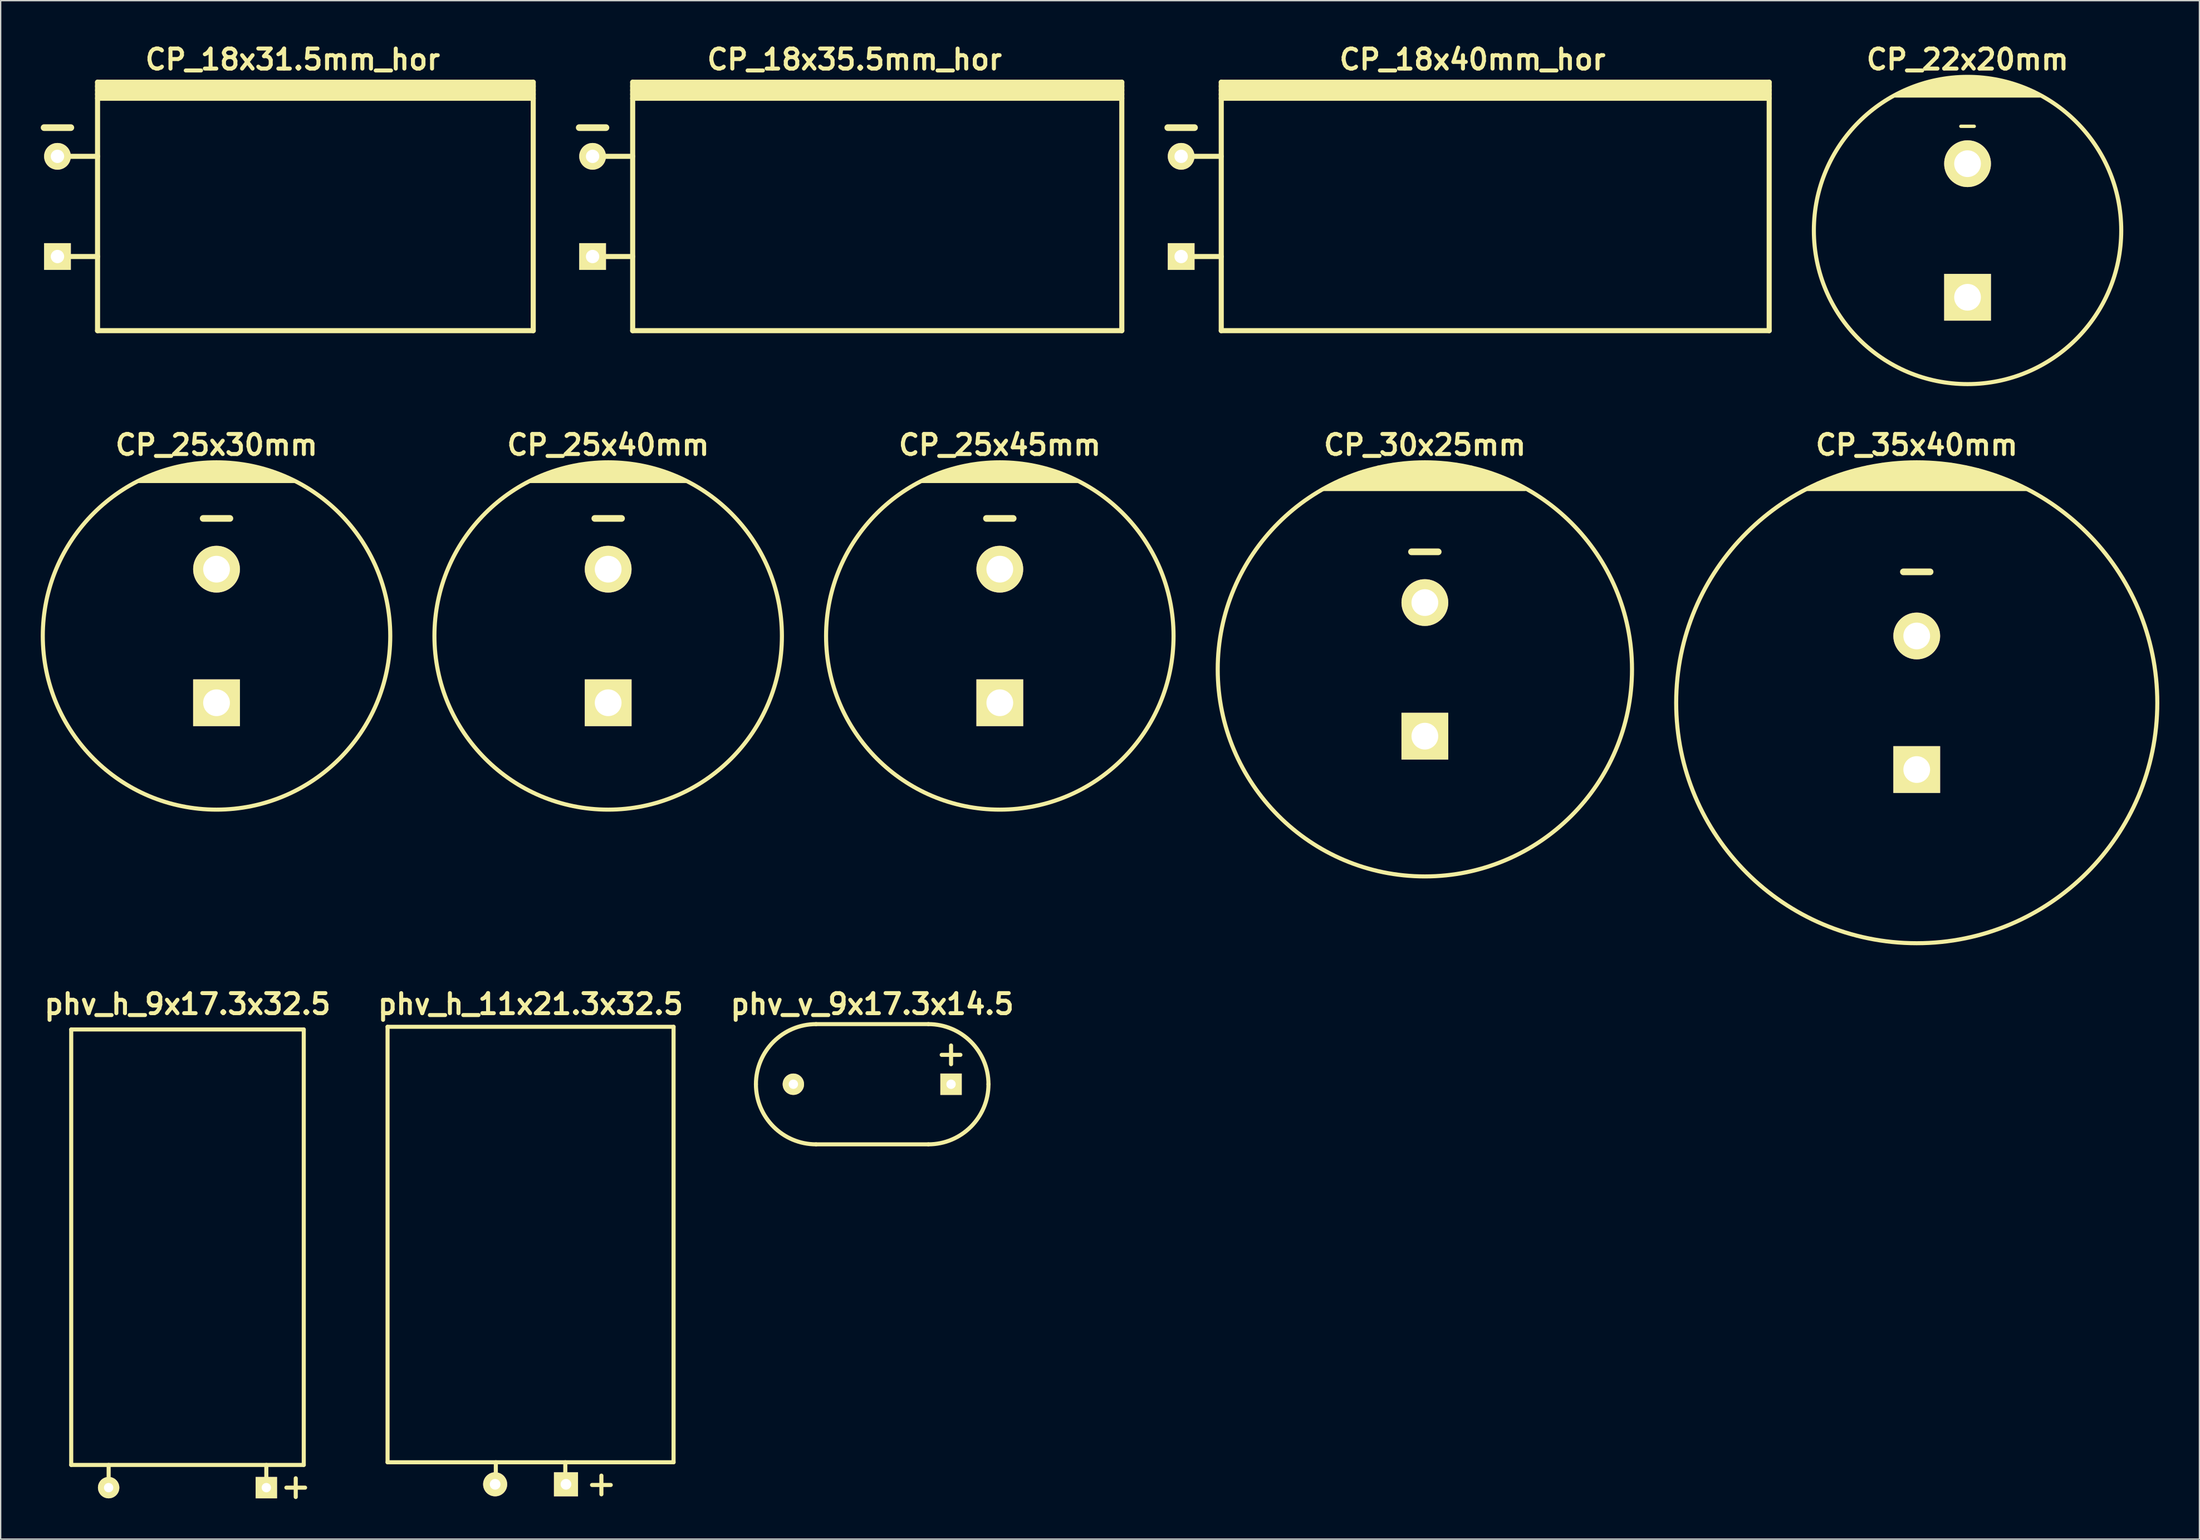
<source format=kicad_pcb>
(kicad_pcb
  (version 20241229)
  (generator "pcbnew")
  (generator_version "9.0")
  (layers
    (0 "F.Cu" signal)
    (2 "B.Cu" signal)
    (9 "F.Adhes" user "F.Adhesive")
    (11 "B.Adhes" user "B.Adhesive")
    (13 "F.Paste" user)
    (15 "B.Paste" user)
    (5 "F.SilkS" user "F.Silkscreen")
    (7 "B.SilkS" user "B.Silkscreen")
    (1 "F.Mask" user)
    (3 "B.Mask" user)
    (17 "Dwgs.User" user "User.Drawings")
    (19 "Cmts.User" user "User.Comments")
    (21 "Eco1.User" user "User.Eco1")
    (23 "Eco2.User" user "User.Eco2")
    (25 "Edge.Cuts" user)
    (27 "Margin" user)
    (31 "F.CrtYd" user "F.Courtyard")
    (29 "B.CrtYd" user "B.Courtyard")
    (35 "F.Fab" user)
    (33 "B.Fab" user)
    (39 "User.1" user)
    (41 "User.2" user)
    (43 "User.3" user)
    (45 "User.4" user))
  (footprint "CP_25x40mm"
    (layer "F.Cu")
    (at 42.457 44.56)
    (property "Reference" "CP_25x40mm" (at 0 -14.3 0) (layer "F.SilkS") (effects (font (size 1.5 1.5) (thickness 0.3))))
    (attr through_hole)
    (fp_line (start -5.8 -11.6) (end 5.8 -11.6) (stroke (width 0.305) (type solid)) (layer "F.SilkS"))
    (fp_line (start -4.9 -12) (end 4.9 -12) (stroke (width 0.305) (type solid)) (layer "F.SilkS"))
    (fp_line (start -3.8 -12.4) (end 3.8 -12.4) (stroke (width 0.305) (type solid)) (layer "F.SilkS"))
    (fp_line (start -2.2 -12.8) (end 2.1 -12.8) (stroke (width 0.305) (type solid)) (layer "F.SilkS"))
    (fp_line (start -1 -8.8) (end 1 -8.8) (stroke (width 0.5) (type solid)) (layer "F.SilkS"))
    (fp_line (start 3 -12.6) (end -3.1 -12.6) (stroke (width 0.305) (type solid)) (layer "F.SilkS"))
    (fp_line (start 4.4 -12.2) (end -4.4 -12.2) (stroke (width 0.305) (type solid)) (layer "F.SilkS"))
    (fp_line (start 5.4 -11.8) (end -5.3 -11.8) (stroke (width 0.305) (type solid)) (layer "F.SilkS"))
    (fp_circle (center 0 0) (end -13 0) (stroke (width 0.305) (type solid)) (fill no) (layer "F.SilkS"))
    (pad "1" thru_hole rect (at 0 5) (size 3.5 3.5) (drill 2) (layers "*.Cu" "*.Mask" "F.SilkS"))
    (pad "2" thru_hole circle (at 0 -5) (size 3.5 3.5) (drill 2) (layers "*.Cu" "*.Mask" "F.SilkS")))
  (footprint "CP_25x45mm"
    (layer "F.Cu")
    (at 71.762 44.56)
    (property "Reference" "CP_25x45mm" (at 0 -14.3 0) (layer "F.SilkS") (effects (font (size 1.5 1.5) (thickness 0.3))))
    (attr through_hole)
    (fp_line (start -5.8 -11.6) (end 5.8 -11.6) (stroke (width 0.305) (type solid)) (layer "F.SilkS"))
    (fp_line (start -4.9 -12) (end 4.9 -12) (stroke (width 0.305) (type solid)) (layer "F.SilkS"))
    (fp_line (start -3.8 -12.4) (end 3.8 -12.4) (stroke (width 0.305) (type solid)) (layer "F.SilkS"))
    (fp_line (start -2.2 -12.8) (end 2.1 -12.8) (stroke (width 0.305) (type solid)) (layer "F.SilkS"))
    (fp_line (start -1 -8.8) (end 1 -8.8) (stroke (width 0.5) (type solid)) (layer "F.SilkS"))
    (fp_line (start 3 -12.6) (end -3.1 -12.6) (stroke (width 0.305) (type solid)) (layer "F.SilkS"))
    (fp_line (start 4.4 -12.2) (end -4.4 -12.2) (stroke (width 0.305) (type solid)) (layer "F.SilkS"))
    (fp_line (start 5.4 -11.8) (end -5.3 -11.8) (stroke (width 0.305) (type solid)) (layer "F.SilkS"))
    (fp_circle (center 0 0) (end -13 0) (stroke (width 0.305) (type solid)) (fill no) (layer "F.SilkS"))
    (pad "1" thru_hole rect (at 0 5) (size 3.5 3.5) (drill 2) (layers "*.Cu" "*.Mask" "F.SilkS"))
    (pad "2" thru_hole circle (at 0 -5) (size 3.5 3.5) (drill 2) (layers "*.Cu" "*.Mask" "F.SilkS")))
  (footprint "phv_h_9x17.3x32.5"
    (layer "F.Cu")
    (at 10.979 91.317)
    (property "Reference" "phv_h_9x17.3x32.5" (at 0 -19.2 0) (layer "F.SilkS") (effects (font (size 1.5 1.5) (thickness 0.3))))
    (attr through_hole)
    (fp_line (start -8.7 -17.3) (end -8.7 15.3) (stroke (width 0.305) (type solid)) (layer "F.SilkS"))
    (fp_line (start -8.7 -17.3) (end 8.7 -17.3) (stroke (width 0.305) (type solid)) (layer "F.SilkS"))
    (fp_line (start -8.7 15.3) (end 8.7 15.3) (stroke (width 0.305) (type solid)) (layer "F.SilkS"))
    (fp_line (start -5.9 17) (end -5.9 15.3) (stroke (width 0.305) (type solid)) (layer "F.SilkS"))
    (fp_line (start 5.9 17) (end 5.9 15.3) (stroke (width 0.305) (type solid)) (layer "F.SilkS"))
    (fp_line (start 7.4 17) (end 8.8 17) (stroke (width 0.305) (type solid)) (layer "F.SilkS"))
    (fp_line (start 8.1 17.7) (end 8.1 16.3) (stroke (width 0.305) (type solid)) (layer "F.SilkS"))
    (fp_line (start 8.7 -17.3) (end 8.7 15.3) (stroke (width 0.305) (type solid)) (layer "F.SilkS"))
    (pad "1" thru_hole rect (at 5.9 17) (size 1.6 1.6) (drill 0.7) (layers "*.Cu" "*.Mask" "F.SilkS"))
    (pad "2" thru_hole circle (at -5.9 17) (size 1.6 1.6) (drill 0.7) (layers "*.Cu" "*.Mask" "F.SilkS")))
  (footprint "CP_18x35.5mm_hor"
    (layer "F.Cu")
    (at 60.891 12.404)
    (property "Reference" "CP_18x35.5mm_hor" (at 0 -11 0) (layer "F.SilkS") (effects (font (size 1.5 1.5) (thickness 0.3))))
    (attr through_hole)
    (fp_line (start -20.6 -5.9) (end -18.6 -5.9) (stroke (width 0.5) (type solid)) (layer "F.SilkS"))
    (fp_line (start -19.6 -3.75) (end -16.6 -3.75) (stroke (width 0.381) (type solid)) (layer "F.SilkS"))
    (fp_line (start -19.6 3.75) (end -16.6 3.75) (stroke (width 0.381) (type solid)) (layer "F.SilkS"))
    (fp_line (start -16.6 -9) (end 20 -9) (stroke (width 0.381) (type solid)) (layer "F.SilkS"))
    (fp_line (start -16.6 -8.7) (end 20 -8.7) (stroke (width 0.381) (type solid)) (layer "F.SilkS"))
    (fp_line (start -16.6 -8.4) (end 20 -8.4) (stroke (width 0.381) (type solid)) (layer "F.SilkS"))
    (fp_line (start -16.6 -8.1) (end 20 -8.1) (stroke (width 0.381) (type solid)) (layer "F.SilkS"))
    (fp_line (start -16.6 9.3) (end -16.6 -9.3) (stroke (width 0.381) (type solid)) (layer "F.SilkS"))
    (fp_line (start 20 -9.3) (end -16.6 -9.3) (stroke (width 0.381) (type solid)) (layer "F.SilkS"))
    (fp_line (start 20 -9.3) (end 20 9.3) (stroke (width 0.381) (type solid)) (layer "F.SilkS"))
    (fp_line (start 20 9.3) (end -16.6 9.3) (stroke (width 0.381) (type solid)) (layer "F.SilkS"))
    (pad "1" thru_hole rect (at -19.6 3.75) (size 2 2) (drill 1) (layers "*.Cu" "*.Mask" "F.SilkS"))
    (pad "2" thru_hole circle (at -19.6 -3.75) (size 2 2) (drill 1) (layers "*.Cu" "*.Mask" "F.SilkS")))
  (footprint "CP_25x30mm"
    (layer "F.Cu")
    (at 13.152 44.56)
    (property "Reference" "CP_25x30mm" (at 0 -14.3 0) (layer "F.SilkS") (effects (font (size 1.5 1.5) (thickness 0.3))))
    (attr through_hole)
    (fp_line (start -5.8 -11.6) (end 5.8 -11.6) (stroke (width 0.305) (type solid)) (layer "F.SilkS"))
    (fp_line (start -4.9 -12) (end 4.9 -12) (stroke (width 0.305) (type solid)) (layer "F.SilkS"))
    (fp_line (start -3.8 -12.4) (end 3.8 -12.4) (stroke (width 0.305) (type solid)) (layer "F.SilkS"))
    (fp_line (start -2.2 -12.8) (end 2.1 -12.8) (stroke (width 0.305) (type solid)) (layer "F.SilkS"))
    (fp_line (start -1 -8.8) (end 1 -8.8) (stroke (width 0.5) (type solid)) (layer "F.SilkS"))
    (fp_line (start 3 -12.6) (end -3.1 -12.6) (stroke (width 0.305) (type solid)) (layer "F.SilkS"))
    (fp_line (start 4.4 -12.2) (end -4.4 -12.2) (stroke (width 0.305) (type solid)) (layer "F.SilkS"))
    (fp_line (start 5.4 -11.8) (end -5.3 -11.8) (stroke (width 0.305) (type solid)) (layer "F.SilkS"))
    (fp_circle (center 0 0) (end -13 0) (stroke (width 0.305) (type solid)) (fill no) (layer "F.SilkS"))
    (pad "1" thru_hole rect (at 0 5) (size 3.5 3.5) (drill 2) (layers "*.Cu" "*.Mask" "F.SilkS"))
    (pad "2" thru_hole circle (at 0 -5) (size 3.5 3.5) (drill 2) (layers "*.Cu" "*.Mask" "F.SilkS")))
  (footprint "CP_22x20mm"
    (layer "F.Cu")
    (at 144.174 14.204)
    (property "Reference" "CP_22x20mm" (at 0 -12.8 0) (layer "F.SilkS") (effects (font (size 1.5 1.5) (thickness 0.3))))
    (attr through_hole)
    (fp_line (start -5.4 -10.1) (end 5.4 -10.1) (stroke (width 0.305) (type solid)) (layer "F.SilkS"))
    (fp_line (start -4.5 -10.5) (end 4.5 -10.5) (stroke (width 0.305) (type solid)) (layer "F.SilkS"))
    (fp_line (start -3.5 -10.9) (end 3.5 -10.9) (stroke (width 0.305) (type solid)) (layer "F.SilkS"))
    (fp_line (start -2.9 -11.1) (end 2.9 -11.1) (stroke (width 0.305) (type solid)) (layer "F.SilkS"))
    (fp_line (start -2 -11.3) (end 2 -11.3) (stroke (width 0.305) (type solid)) (layer "F.SilkS"))
    (fp_line (start -0.5 -7.8) (end 0.5 -7.8) (stroke (width 0.254) (type solid)) (layer "F.SilkS"))
    (fp_line (start 4.1 -10.7) (end -4.1 -10.7) (stroke (width 0.305) (type solid)) (layer "F.SilkS"))
    (fp_line (start 5 -10.3) (end -5 -10.3) (stroke (width 0.305) (type solid)) (layer "F.SilkS"))
    (fp_circle (center 0 0) (end -11.5 0) (stroke (width 0.305) (type solid)) (fill no) (layer "F.SilkS"))
    (pad "1" thru_hole rect (at 0 5) (size 3.5 3.5) (drill 2) (layers "*.Cu" "*.Mask" "F.SilkS"))
    (pad "2" thru_hole circle (at 0 -5) (size 3.5 3.5) (drill 2) (layers "*.Cu" "*.Mask" "F.SilkS")))
  (footprint "CP_35x40mm"
    (layer "F.Cu")
    (at 140.372 49.56)
    (property "Reference" "CP_35x40mm" (at 0 -19.3 0) (layer "F.SilkS") (effects (font (size 1.5 1.5) (thickness 0.3))))
    (attr through_hole)
    (fp_line (start -8.2 -16) (end 8.2 -16) (stroke (width 0.305) (type solid)) (layer "F.SilkS"))
    (fp_line (start -7.8 -16.2) (end 7.8 -16.2) (stroke (width 0.305) (type solid)) (layer "F.SilkS"))
    (fp_line (start -7.4 -16.4) (end 7.4 -16.4) (stroke (width 0.305) (type solid)) (layer "F.SilkS"))
    (fp_line (start -6.9 -16.6) (end 6.9 -16.6) (stroke (width 0.305) (type solid)) (layer "F.SilkS"))
    (fp_line (start -6.4 -16.8) (end 6.4 -16.8) (stroke (width 0.305) (type solid)) (layer "F.SilkS"))
    (fp_line (start -5.9 -17) (end 5.9 -17) (stroke (width 0.305) (type solid)) (layer "F.SilkS"))
    (fp_line (start -5.2 -17.2) (end 5.2 -17.2) (stroke (width 0.305) (type solid)) (layer "F.SilkS"))
    (fp_line (start -4.6 -17.4) (end 4.6 -17.4) (stroke (width 0.305) (type solid)) (layer "F.SilkS"))
    (fp_line (start -3.7 -17.6) (end 3.7 -17.6) (stroke (width 0.305) (type solid)) (layer "F.SilkS"))
    (fp_line (start -2.6 -17.8) (end 2.6 -17.8) (stroke (width 0.305) (type solid)) (layer "F.SilkS"))
    (fp_line (start -1 -9.8) (end 1 -9.8) (stroke (width 0.5) (type solid)) (layer "F.SilkS"))
    (fp_circle (center 0 0) (end -18 0) (stroke (width 0.305) (type solid)) (fill no) (layer "F.SilkS"))
    (pad "1" thru_hole rect (at 0 5) (size 3.5 3.5) (drill 2) (layers "*.Cu" "*.Mask" "F.SilkS"))
    (pad "2" thru_hole circle (at 0 -5) (size 3.5 3.5) (drill 2) (layers "*.Cu" "*.Mask" "F.SilkS")))
  (footprint "phv_h_11x21.3x32.5"
    (layer "F.Cu")
    (at 36.65 91.117)
    (property "Reference" "phv_h_11x21.3x32.5" (at 0 -19 0) (layer "F.SilkS") (effects (font (size 1.5 1.5) (thickness 0.3))))
    (attr through_hole)
    (fp_line (start -10.7 -17.3) (end 10.7 -17.3) (stroke (width 0.305) (type solid)) (layer "F.SilkS"))
    (fp_line (start -10.7 15.3) (end -10.7 -17.3) (stroke (width 0.305) (type solid)) (layer "F.SilkS"))
    (fp_line (start -10.7 15.3) (end 10.7 15.3) (stroke (width 0.305) (type solid)) (layer "F.SilkS"))
    (fp_line (start -2.6 17) (end -2.6 15.3) (stroke (width 0.305) (type solid)) (layer "F.SilkS"))
    (fp_line (start 2.6 17) (end 2.6 15.3) (stroke (width 0.305) (type solid)) (layer "F.SilkS"))
    (fp_line (start 4.6 17) (end 6 17) (stroke (width 0.305) (type solid)) (layer "F.SilkS"))
    (fp_line (start 5.3 17.7) (end 5.3 16.3) (stroke (width 0.305) (type solid)) (layer "F.SilkS"))
    (fp_line (start 10.7 15.3) (end 10.7 -17.3) (stroke (width 0.305) (type solid)) (layer "F.SilkS"))
    (pad "1" thru_hole rect (at 2.65 16.95) (size 1.8 1.8) (drill 0.8) (layers "*.Cu" "*.Mask" "F.SilkS"))
    (pad "2" thru_hole circle (at -2.65 16.95) (size 1.8 1.8) (drill 0.8) (layers "*.Cu" "*.Mask" "F.SilkS")))
  (footprint "CP_18x40mm_hor"
    (layer "F.Cu")
    (at 107.131 12.404)
    (property "Reference" "CP_18x40mm_hor" (at 0 -11 0) (layer "F.SilkS") (effects (font (size 1.5 1.5) (thickness 0.3))))
    (attr through_hole)
    (fp_line (start -22.8 -5.9) (end -20.8 -5.9) (stroke (width 0.5) (type solid)) (layer "F.SilkS"))
    (fp_line (start -21.8 -3.75) (end -18.8 -3.75) (stroke (width 0.381) (type solid)) (layer "F.SilkS"))
    (fp_line (start -21.8 3.75) (end -18.8 3.75) (stroke (width 0.381) (type solid)) (layer "F.SilkS"))
    (fp_line (start -18.8 -9) (end 22.2 -9) (stroke (width 0.381) (type solid)) (layer "F.SilkS"))
    (fp_line (start -18.8 -8.7) (end 22.2 -8.7) (stroke (width 0.381) (type solid)) (layer "F.SilkS"))
    (fp_line (start -18.8 -8.4) (end 22.2 -8.4) (stroke (width 0.381) (type solid)) (layer "F.SilkS"))
    (fp_line (start -18.8 -8.1) (end 22.2 -8.1) (stroke (width 0.381) (type solid)) (layer "F.SilkS"))
    (fp_line (start -18.8 9.3) (end -18.8 -9.3) (stroke (width 0.381) (type solid)) (layer "F.SilkS"))
    (fp_line (start 22.2 -9.3) (end -18.8 -9.3) (stroke (width 0.381) (type solid)) (layer "F.SilkS"))
    (fp_line (start 22.2 -9.3) (end 22.2 9.3) (stroke (width 0.381) (type solid)) (layer "F.SilkS"))
    (fp_line (start 22.2 9.3) (end -18.8 9.3) (stroke (width 0.381) (type solid)) (layer "F.SilkS"))
    (pad "1" thru_hole rect (at -21.8 3.75) (size 2 2) (drill 1) (layers "*.Cu" "*.Mask" "F.SilkS"))
    (pad "2" thru_hole circle (at -21.8 -3.75) (size 2 2) (drill 1) (layers "*.Cu" "*.Mask" "F.SilkS")))
  (footprint "phv_v_9x17.3x14.5"
    (layer "F.Cu")
    (at 62.214 78.117)
    (property "Reference" "phv_v_9x17.3x14.5" (at 0 -6 0) (layer "F.SilkS") (effects (font (size 1.5 1.5) (thickness 0.3))))
    (attr through_hole)
    (fp_line (start -4.2 4.5) (end 4.2 4.5) (stroke (width 0.305) (type solid)) (layer "F.SilkS"))
    (fp_line (start 4.2 -4.5) (end -4.2 -4.5) (stroke (width 0.305) (type solid)) (layer "F.SilkS"))
    (fp_line (start 5.2 -2.2) (end 6.6 -2.2) (stroke (width 0.305) (type solid)) (layer "F.SilkS"))
    (fp_line (start 5.9 -1.5) (end 5.9 -2.9) (stroke (width 0.305) (type solid)) (layer "F.SilkS"))
    (fp_arc (start -8.7 0) (mid -7.381981 -3.181981) (end -4.2 -4.5) (stroke (width 0.3048) (type solid)) (layer "F.SilkS"))
    (fp_arc (start -4.2 4.5) (mid -7.381981 3.181981) (end -8.7 0) (stroke (width 0.3048) (type solid)) (layer "F.SilkS"))
    (fp_arc (start 4.2 -4.5) (mid 7.381981 -3.181981) (end 8.7 0) (stroke (width 0.3048) (type solid)) (layer "F.SilkS"))
    (fp_arc (start 8.7 0) (mid 7.381981 3.181981) (end 4.2 4.5) (stroke (width 0.3048) (type solid)) (layer "F.SilkS"))
    (pad "1" thru_hole rect (at 5.9 0) (size 1.6 1.6) (drill 0.7) (layers "*.Cu" "*.Mask" "F.SilkS"))
    (pad "2" thru_hole circle (at -5.9 0) (size 1.6 1.6) (drill 0.7) (layers "*.Cu" "*.Mask" "F.SilkS")))
  (footprint "CP_30x25mm"
    (layer "F.Cu")
    (at 103.567 47.06)
    (property "Reference" "CP_30x25mm" (at 0 -16.8 0) (layer "F.SilkS") (effects (font (size 1.5 1.5) (thickness 0.3))))
    (attr through_hole)
    (fp_line (start -7.6 -13.5) (end 7.5 -13.5) (stroke (width 0.305) (type solid)) (layer "F.SilkS"))
    (fp_line (start -6.8 -13.9) (end 6.8 -13.9) (stroke (width 0.305) (type solid)) (layer "F.SilkS"))
    (fp_line (start -6.4 -14.1) (end 6.4 -14.1) (stroke (width 0.305) (type solid)) (layer "F.SilkS"))
    (fp_line (start -5.4 -14.5) (end 5.4 -14.5) (stroke (width 0.305) (type solid)) (layer "F.SilkS"))
    (fp_line (start -4.9 -14.7) (end 4.9 -14.7) (stroke (width 0.305) (type solid)) (layer "F.SilkS"))
    (fp_line (start -4.2 -14.9) (end 4.2 -14.9) (stroke (width 0.305) (type solid)) (layer "F.SilkS"))
    (fp_line (start -3.5 -15.1) (end 3.5 -15.1) (stroke (width 0.305) (type solid)) (layer "F.SilkS"))
    (fp_line (start -2.4 -15.3) (end 2.4 -15.3) (stroke (width 0.305) (type solid)) (layer "F.SilkS"))
    (fp_line (start -1 -8.8) (end 1 -8.8) (stroke (width 0.5) (type solid)) (layer "F.SilkS"))
    (fp_line (start 5.9 -14.3) (end -5.9 -14.3) (stroke (width 0.305) (type solid)) (layer "F.SilkS"))
    (fp_line (start 7.2 -13.7) (end -7.2 -13.7) (stroke (width 0.305) (type solid)) (layer "F.SilkS"))
    (fp_circle (center 0 0) (end -15.5 0) (stroke (width 0.305) (type solid)) (fill no) (layer "F.SilkS"))
    (pad "1" thru_hole rect (at 0 5) (size 3.5 3.5) (drill 2) (layers "*.Cu" "*.Mask" "F.SilkS"))
    (pad "2" thru_hole circle (at 0 -5) (size 3.5 3.5) (drill 2) (layers "*.Cu" "*.Mask" "F.SilkS")))
  (footprint "CP_18x31.5mm_hor"
    (layer "F.Cu")
    (at 18.85 12.404)
    (property "Reference" "CP_18x31.5mm_hor" (at 0 -11 0) (layer "F.SilkS") (effects (font (size 1.5 1.5) (thickness 0.3))))
    (attr through_hole)
    (fp_line (start -18.6 -5.9) (end -16.6 -5.9) (stroke (width 0.5) (type solid)) (layer "F.SilkS"))
    (fp_line (start -17.6 -3.75) (end -14.6 -3.75) (stroke (width 0.381) (type solid)) (layer "F.SilkS"))
    (fp_line (start -17.6 3.75) (end -14.6 3.75) (stroke (width 0.381) (type solid)) (layer "F.SilkS"))
    (fp_line (start -14.6 -9) (end 18 -9) (stroke (width 0.381) (type solid)) (layer "F.SilkS"))
    (fp_line (start -14.6 -8.7) (end 18 -8.7) (stroke (width 0.381) (type solid)) (layer "F.SilkS"))
    (fp_line (start -14.6 -8.4) (end 18 -8.4) (stroke (width 0.381) (type solid)) (layer "F.SilkS"))
    (fp_line (start -14.6 -8.1) (end 18 -8.1) (stroke (width 0.381) (type solid)) (layer "F.SilkS"))
    (fp_line (start -14.6 9.3) (end -14.6 -9.3) (stroke (width 0.381) (type solid)) (layer "F.SilkS"))
    (fp_line (start 18 -9.3) (end -14.6 -9.3) (stroke (width 0.381) (type solid)) (layer "F.SilkS"))
    (fp_line (start 18 -9.3) (end 18 9.3) (stroke (width 0.381) (type solid)) (layer "F.SilkS"))
    (fp_line (start 18 9.3) (end -14.6 9.3) (stroke (width 0.381) (type solid)) (layer "F.SilkS"))
    (pad "1" thru_hole rect (at -17.6 3.75) (size 2 2) (drill 1) (layers "*.Cu" "*.Mask" "F.SilkS"))
    (pad "2" thru_hole circle (at -17.6 -3.75) (size 2 2) (drill 1) (layers "*.Cu" "*.Mask" "F.SilkS")))
  (gr_rect
    (start -3 -3)
    (end 161.524 112.169)
    (stroke (width 0.1) (type default))
    (fill no)
    (layer "Edge.Cuts")))
</source>
